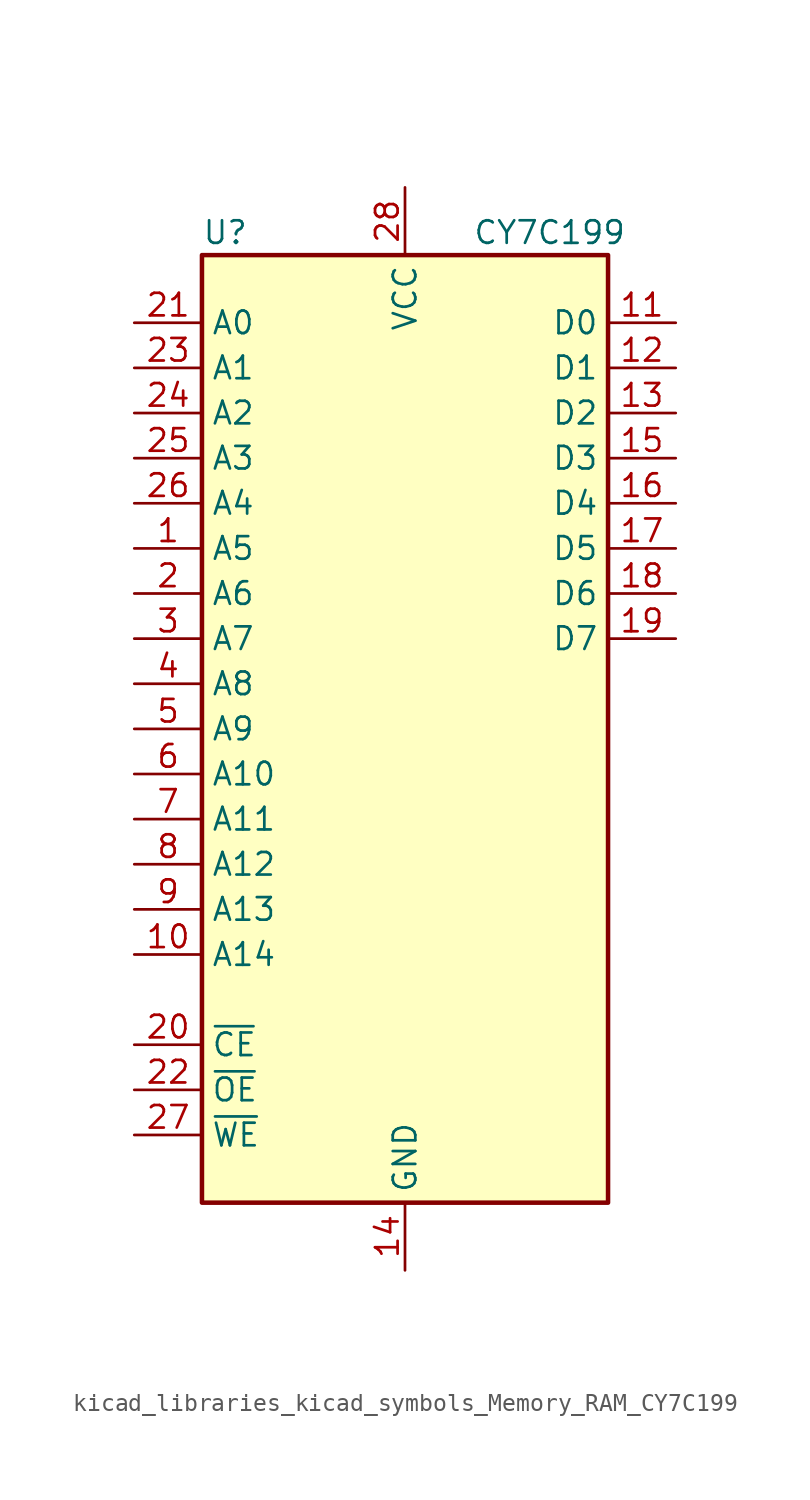
<source format=kicad_sym>
(kicad_symbol_lib
  (version 20220914)
  (generator kicad_symbol_editor)
  (symbol "kicad_libraries_kicad_symbols_Memory_RAM_CY7C199"
    (property "Reference" "U"
      (at -11.43 27.94 0)
      (effects (font (size 1.27 1.27)) (justify left)))
    (property "Value" "CY7C199"
      (at 3.81 27.94 0)
      (effects (font (size 1.27 1.27)) (justify left)))
    (symbol "kicad_libraries_kicad_symbols_Memory_RAM_CY7C199_0_0"
      (pin power_in line (at 0 -30.48 90) (length 3.81) (name "GND" (effects (font (size 1.27 1.27)))) (number "14" (effects (font (size 1.27 1.27)))))
      (pin power_in line (at 0 30.48 270) (length 3.81) (name "VCC" (effects (font (size 1.27 1.27)))) (number "28" (effects (font (size 1.27 1.27))))))
    (symbol "kicad_libraries_kicad_symbols_Memory_RAM_CY7C199_0_1"
      (rectangle (start -11.43 26.67) (end 11.43 -26.67) (stroke (width 0.254) (type default)) (fill (type background))))
    (symbol "kicad_libraries_kicad_symbols_Memory_RAM_CY7C199_1_1"
      (pin input line (at -15.24 10.16 0) (length 3.81) (name "A5" (effects (font (size 1.27 1.27)))) (number "1" (effects (font (size 1.27 1.27)))))
      (pin input line (at -15.24 -12.7 0) (length 3.81) (name "A14" (effects (font (size 1.27 1.27)))) (number "10" (effects (font (size 1.27 1.27)))))
      (pin tri_state line (at 15.24 22.86 180) (length 3.81) (name "D0" (effects (font (size 1.27 1.27)))) (number "11" (effects (font (size 1.27 1.27)))))
      (pin tri_state line (at 15.24 20.32 180) (length 3.81) (name "D1" (effects (font (size 1.27 1.27)))) (number "12" (effects (font (size 1.27 1.27)))))
      (pin tri_state line (at 15.24 17.78 180) (length 3.81) (name "D2" (effects (font (size 1.27 1.27)))) (number "13" (effects (font (size 1.27 1.27)))))
      (pin tri_state line (at 15.24 15.24 180) (length 3.81) (name "D3" (effects (font (size 1.27 1.27)))) (number "15" (effects (font (size 1.27 1.27)))))
      (pin tri_state line (at 15.24 12.7 180) (length 3.81) (name "D4" (effects (font (size 1.27 1.27)))) (number "16" (effects (font (size 1.27 1.27)))))
      (pin tri_state line (at 15.24 10.16 180) (length 3.81) (name "D5" (effects (font (size 1.27 1.27)))) (number "17" (effects (font (size 1.27 1.27)))))
      (pin tri_state line (at 15.24 7.62 180) (length 3.81) (name "D6" (effects (font (size 1.27 1.27)))) (number "18" (effects (font (size 1.27 1.27)))))
      (pin tri_state line (at 15.24 5.08 180) (length 3.81) (name "D7" (effects (font (size 1.27 1.27)))) (number "19" (effects (font (size 1.27 1.27)))))
      (pin input line (at -15.24 7.62 0) (length 3.81) (name "A6" (effects (font (size 1.27 1.27)))) (number "2" (effects (font (size 1.27 1.27)))))
      (pin input line (at -15.24 -17.78 0) (length 3.81) (name "~{CE}" (effects (font (size 1.27 1.27)))) (number "20" (effects (font (size 1.27 1.27)))))
      (pin input line (at -15.24 22.86 0) (length 3.81) (name "A0" (effects (font (size 1.27 1.27)))) (number "21" (effects (font (size 1.27 1.27)))))
      (pin input line (at -15.24 -20.32 0) (length 3.81) (name "~{OE}" (effects (font (size 1.27 1.27)))) (number "22" (effects (font (size 1.27 1.27)))))
      (pin input line (at -15.24 20.32 0) (length 3.81) (name "A1" (effects (font (size 1.27 1.27)))) (number "23" (effects (font (size 1.27 1.27)))))
      (pin input line (at -15.24 17.78 0) (length 3.81) (name "A2" (effects (font (size 1.27 1.27)))) (number "24" (effects (font (size 1.27 1.27)))))
      (pin input line (at -15.24 15.24 0) (length 3.81) (name "A3" (effects (font (size 1.27 1.27)))) (number "25" (effects (font (size 1.27 1.27)))))
      (pin input line (at -15.24 12.7 0) (length 3.81) (name "A4" (effects (font (size 1.27 1.27)))) (number "26" (effects (font (size 1.27 1.27)))))
      (pin input line (at -15.24 -22.86 0) (length 3.81) (name "~{WE}" (effects (font (size 1.27 1.27)))) (number "27" (effects (font (size 1.27 1.27)))))
      (pin input line (at -15.24 5.08 0) (length 3.81) (name "A7" (effects (font (size 1.27 1.27)))) (number "3" (effects (font (size 1.27 1.27)))))
      (pin input line (at -15.24 2.54 0) (length 3.81) (name "A8" (effects (font (size 1.27 1.27)))) (number "4" (effects (font (size 1.27 1.27)))))
      (pin input line (at -15.24 0 0) (length 3.81) (name "A9" (effects (font (size 1.27 1.27)))) (number "5" (effects (font (size 1.27 1.27)))))
      (pin input line (at -15.24 -2.54 0) (length 3.81) (name "A10" (effects (font (size 1.27 1.27)))) (number "6" (effects (font (size 1.27 1.27)))))
      (pin input line (at -15.24 -5.08 0) (length 3.81) (name "A11" (effects (font (size 1.27 1.27)))) (number "7" (effects (font (size 1.27 1.27)))))
      (pin input line (at -15.24 -7.62 0) (length 3.81) (name "A12" (effects (font (size 1.27 1.27)))) (number "8" (effects (font (size 1.27 1.27)))))
      (pin input line (at -15.24 -10.16 0) (length 3.81) (name "A13" (effects (font (size 1.27 1.27)))) (number "9" (effects (font (size 1.27 1.27))))))))
</source>
